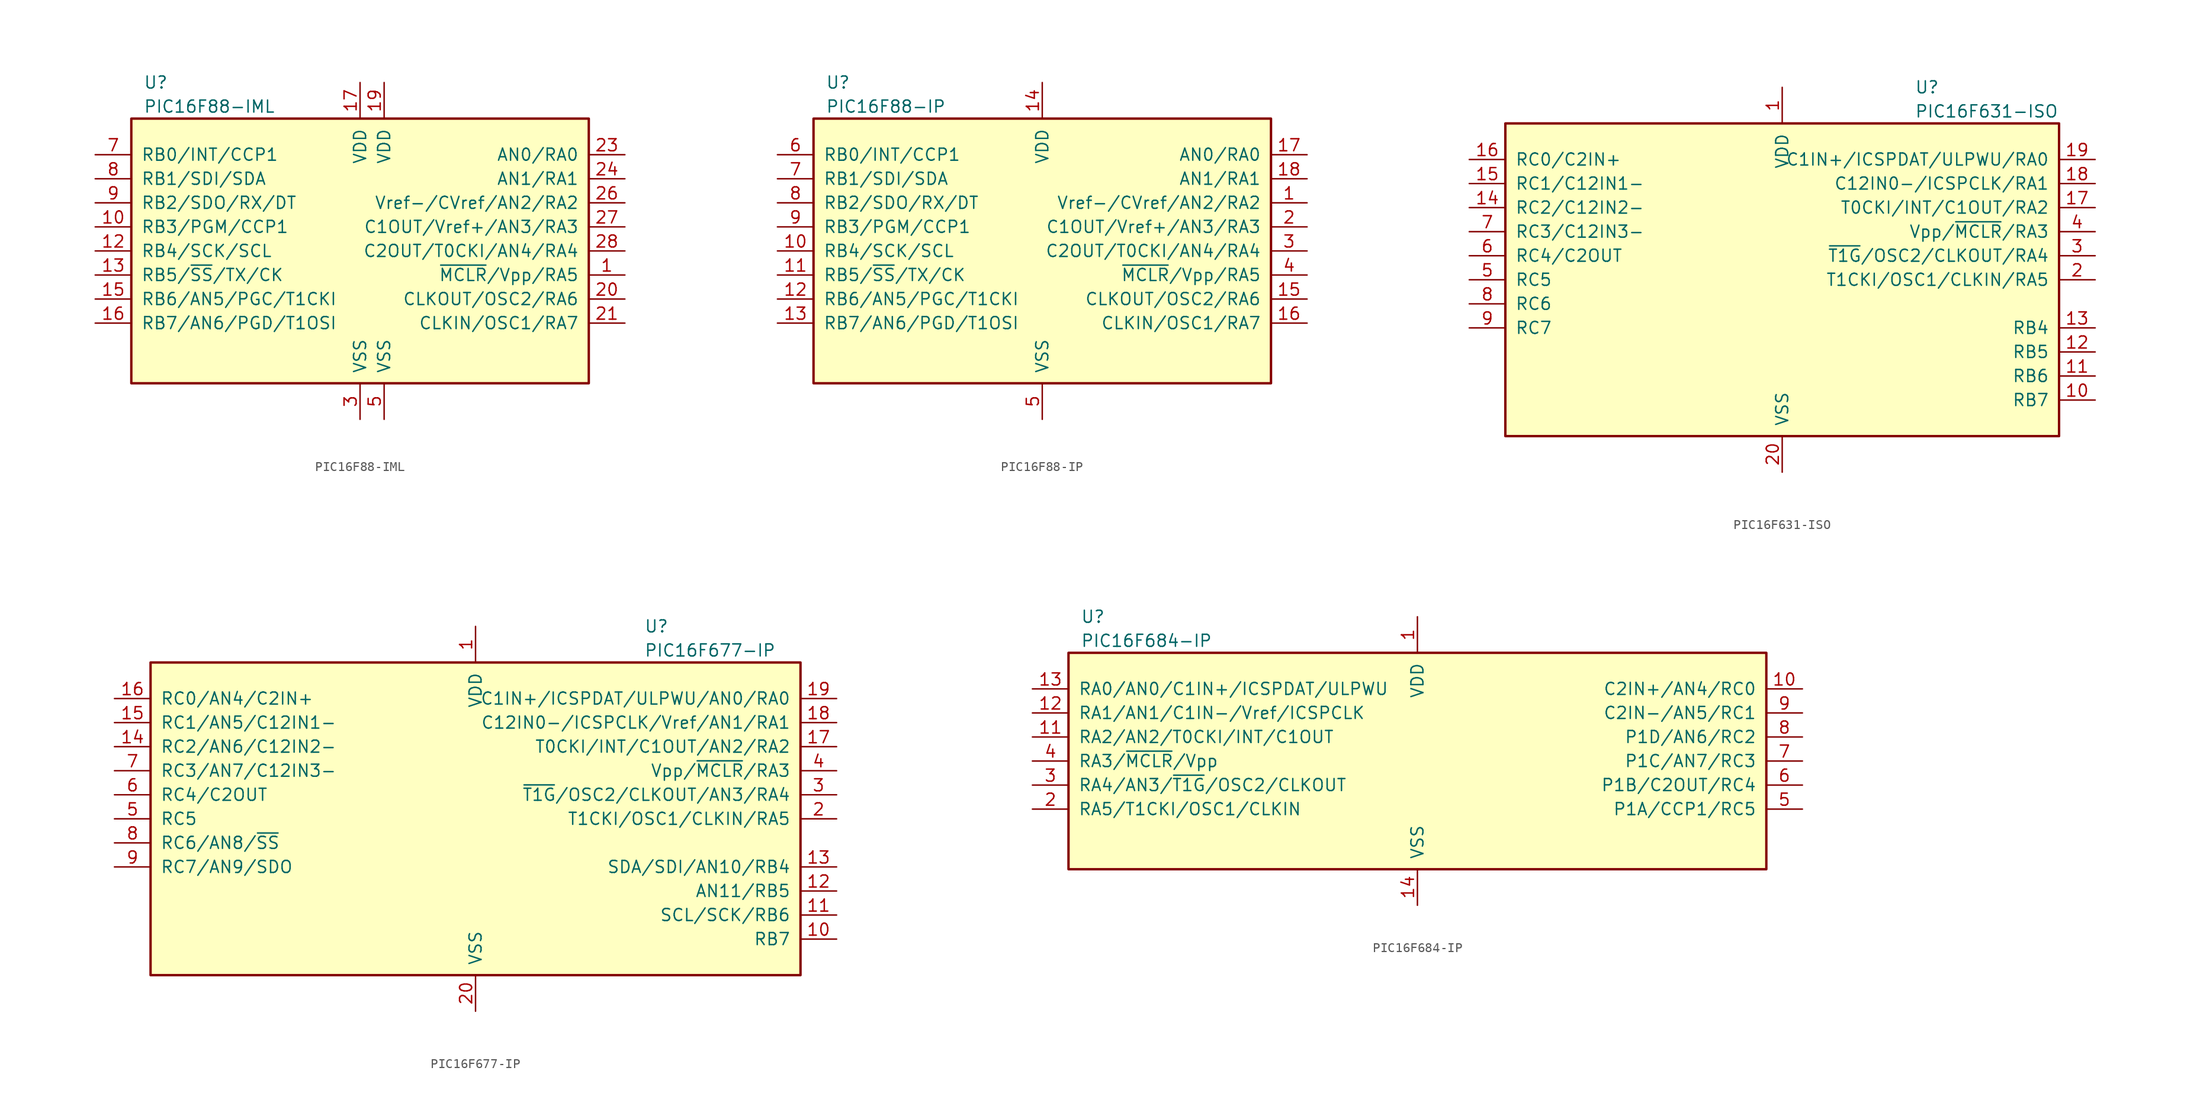
<source format=kicad_sym>
(kicad_symbol_lib
  (version 20220914)
  (generator kicad_symbol_editor)
  (symbol "PIC16F88-IML"
    (pin_names
      (offset 1.016))
    (property "Reference" "U"
      (at -22.86 17.78 0)
      (effects (font (size 1.27 1.27)) (justify left)))
    (property "Value" "PIC16F88-IML"
      (at -22.86 15.24 0)
      (effects (font (size 1.27 1.27)) (justify left)))
    (symbol "PIC16F88-IML_0_1"
      (rectangle (start 24.13 13.97) (end -24.13 -13.97) (stroke (width 0.254) (type default)) (fill (type background))))
    (symbol "PIC16F88-IML_1_1"
      (pin input line (at 27.94 -2.54 180) (length 3.81) (name "~{MCLR}/Vpp/RA5" (effects (font (size 1.27 1.27)))) (number "1" (effects (font (size 1.27 1.27)))))
      (pin bidirectional line (at -27.94 2.54 0) (length 3.81) (name "RB3/PGM/CCP1" (effects (font (size 1.27 1.27)))) (number "10" (effects (font (size 1.27 1.27)))))
      (pin bidirectional line (at -27.94 0 0) (length 3.81) (name "RB4/SCK/SCL" (effects (font (size 1.27 1.27)))) (number "12" (effects (font (size 1.27 1.27)))))
      (pin bidirectional line (at -27.94 -2.54 0) (length 3.81) (name "RB5/~{SS}/TX/CK" (effects (font (size 1.27 1.27)))) (number "13" (effects (font (size 1.27 1.27)))))
      (pin bidirectional line (at -27.94 -5.08 0) (length 3.81) (name "RB6/AN5/PGC/T1CKI" (effects (font (size 1.27 1.27)))) (number "15" (effects (font (size 1.27 1.27)))))
      (pin bidirectional line (at -27.94 -7.62 0) (length 3.81) (name "RB7/AN6/PGD/T1OSI" (effects (font (size 1.27 1.27)))) (number "16" (effects (font (size 1.27 1.27)))))
      (pin power_in line (at 0 17.78 270) (length 3.81) (name "VDD" (effects (font (size 1.27 1.27)))) (number "17" (effects (font (size 1.27 1.27)))))
      (pin power_in line (at 2.54 17.78 270) (length 3.81) (name "VDD" (effects (font (size 1.27 1.27)))) (number "19" (effects (font (size 1.27 1.27)))))
      (pin bidirectional line (at 27.94 -5.08 180) (length 3.81) (name "CLKOUT/OSC2/RA6" (effects (font (size 1.27 1.27)))) (number "20" (effects (font (size 1.27 1.27)))))
      (pin bidirectional line (at 27.94 -7.62 180) (length 3.81) (name "CLKIN/OSC1/RA7" (effects (font (size 1.27 1.27)))) (number "21" (effects (font (size 1.27 1.27)))))
      (pin bidirectional line (at 27.94 10.16 180) (length 3.81) (name "AN0/RA0" (effects (font (size 1.27 1.27)))) (number "23" (effects (font (size 1.27 1.27)))))
      (pin bidirectional line (at 27.94 7.62 180) (length 3.81) (name "AN1/RA1" (effects (font (size 1.27 1.27)))) (number "24" (effects (font (size 1.27 1.27)))))
      (pin bidirectional line (at 27.94 5.08 180) (length 3.81) (name "Vref-/CVref/AN2/RA2" (effects (font (size 1.27 1.27)))) (number "26" (effects (font (size 1.27 1.27)))))
      (pin bidirectional line (at 27.94 2.54 180) (length 3.81) (name "C1OUT/Vref+/AN3/RA3" (effects (font (size 1.27 1.27)))) (number "27" (effects (font (size 1.27 1.27)))))
      (pin bidirectional line (at 27.94 0 180) (length 3.81) (name "C2OUT/T0CKI/AN4/RA4" (effects (font (size 1.27 1.27)))) (number "28" (effects (font (size 1.27 1.27)))))
      (pin power_in line (at 0 -17.78 90) (length 3.81) (name "VSS" (effects (font (size 1.27 1.27)))) (number "3" (effects (font (size 1.27 1.27)))))
      (pin power_in line (at 2.54 -17.78 90) (length 3.81) (name "VSS" (effects (font (size 1.27 1.27)))) (number "5" (effects (font (size 1.27 1.27)))))
      (pin bidirectional line (at -27.94 10.16 0) (length 3.81) (name "RB0/INT/CCP1" (effects (font (size 1.27 1.27)))) (number "7" (effects (font (size 1.27 1.27)))))
      (pin bidirectional line (at -27.94 7.62 0) (length 3.81) (name "RB1/SDI/SDA" (effects (font (size 1.27 1.27)))) (number "8" (effects (font (size 1.27 1.27)))))
      (pin bidirectional line (at -27.94 5.08 0) (length 3.81) (name "RB2/SDO/RX/DT" (effects (font (size 1.27 1.27)))) (number "9" (effects (font (size 1.27 1.27)))))))
  (symbol "PIC16F88-IP"
    (pin_names
      (offset 1.016))
    (property "Reference" "U"
      (at -22.86 17.78 0)
      (effects (font (size 1.27 1.27)) (justify left)))
    (property "Value" "PIC16F88-IP"
      (at -22.86 15.24 0)
      (effects (font (size 1.27 1.27)) (justify left)))
    (symbol "PIC16F88-IP_0_1"
      (rectangle (start 24.13 13.97) (end -24.13 -13.97) (stroke (width 0.254) (type default)) (fill (type background))))
    (symbol "PIC16F88-IP_1_1"
      (pin bidirectional line (at 27.94 5.08 180) (length 3.81) (name "Vref-/CVref/AN2/RA2" (effects (font (size 1.27 1.27)))) (number "1" (effects (font (size 1.27 1.27)))))
      (pin bidirectional line (at -27.94 0 0) (length 3.81) (name "RB4/SCK/SCL" (effects (font (size 1.27 1.27)))) (number "10" (effects (font (size 1.27 1.27)))))
      (pin bidirectional line (at -27.94 -2.54 0) (length 3.81) (name "RB5/~{SS}/TX/CK" (effects (font (size 1.27 1.27)))) (number "11" (effects (font (size 1.27 1.27)))))
      (pin bidirectional line (at -27.94 -5.08 0) (length 3.81) (name "RB6/AN5/PGC/T1CKI" (effects (font (size 1.27 1.27)))) (number "12" (effects (font (size 1.27 1.27)))))
      (pin bidirectional line (at -27.94 -7.62 0) (length 3.81) (name "RB7/AN6/PGD/T1OSI" (effects (font (size 1.27 1.27)))) (number "13" (effects (font (size 1.27 1.27)))))
      (pin power_in line (at 0 17.78 270) (length 3.81) (name "VDD" (effects (font (size 1.27 1.27)))) (number "14" (effects (font (size 1.27 1.27)))))
      (pin bidirectional line (at 27.94 -5.08 180) (length 3.81) (name "CLKOUT/OSC2/RA6" (effects (font (size 1.27 1.27)))) (number "15" (effects (font (size 1.27 1.27)))))
      (pin bidirectional line (at 27.94 -7.62 180) (length 3.81) (name "CLKIN/OSC1/RA7" (effects (font (size 1.27 1.27)))) (number "16" (effects (font (size 1.27 1.27)))))
      (pin bidirectional line (at 27.94 10.16 180) (length 3.81) (name "AN0/RA0" (effects (font (size 1.27 1.27)))) (number "17" (effects (font (size 1.27 1.27)))))
      (pin bidirectional line (at 27.94 7.62 180) (length 3.81) (name "AN1/RA1" (effects (font (size 1.27 1.27)))) (number "18" (effects (font (size 1.27 1.27)))))
      (pin bidirectional line (at 27.94 2.54 180) (length 3.81) (name "C1OUT/Vref+/AN3/RA3" (effects (font (size 1.27 1.27)))) (number "2" (effects (font (size 1.27 1.27)))))
      (pin bidirectional line (at 27.94 0 180) (length 3.81) (name "C2OUT/T0CKI/AN4/RA4" (effects (font (size 1.27 1.27)))) (number "3" (effects (font (size 1.27 1.27)))))
      (pin input line (at 27.94 -2.54 180) (length 3.81) (name "~{MCLR}/Vpp/RA5" (effects (font (size 1.27 1.27)))) (number "4" (effects (font (size 1.27 1.27)))))
      (pin power_in line (at 0 -17.78 90) (length 3.81) (name "VSS" (effects (font (size 1.27 1.27)))) (number "5" (effects (font (size 1.27 1.27)))))
      (pin bidirectional line (at -27.94 10.16 0) (length 3.81) (name "RB0/INT/CCP1" (effects (font (size 1.27 1.27)))) (number "6" (effects (font (size 1.27 1.27)))))
      (pin bidirectional line (at -27.94 7.62 0) (length 3.81) (name "RB1/SDI/SDA" (effects (font (size 1.27 1.27)))) (number "7" (effects (font (size 1.27 1.27)))))
      (pin bidirectional line (at -27.94 5.08 0) (length 3.81) (name "RB2/SDO/RX/DT" (effects (font (size 1.27 1.27)))) (number "8" (effects (font (size 1.27 1.27)))))
      (pin bidirectional line (at -27.94 2.54 0) (length 3.81) (name "RB3/PGM/CCP1" (effects (font (size 1.27 1.27)))) (number "9" (effects (font (size 1.27 1.27)))))))
  (symbol "PIC16F631-ISO"
    (pin_names
      (offset 1.016))
    (property "Reference" "U"
      (at 13.97 20.32 0)
      (effects (font (size 1.27 1.27)) (justify left)))
    (property "Value" "PIC16F631-ISO"
      (at 13.97 17.78 0)
      (effects (font (size 1.27 1.27)) (justify left)))
    (symbol "PIC16F631-ISO_0_1"
      (rectangle (start -29.21 16.51) (end 29.21 -16.51) (stroke (width 0.254) (type default)) (fill (type background))))
    (symbol "PIC16F631-ISO_1_1"
      (pin power_in line (at 0 20.32 270) (length 3.81) (name "VDD" (effects (font (size 1.27 1.27)))) (number "1" (effects (font (size 1.27 1.27)))))
      (pin bidirectional line (at 33.02 -12.7 180) (length 3.81) (name "RB7" (effects (font (size 1.27 1.27)))) (number "10" (effects (font (size 1.27 1.27)))))
      (pin bidirectional line (at 33.02 -10.16 180) (length 3.81) (name "RB6" (effects (font (size 1.27 1.27)))) (number "11" (effects (font (size 1.27 1.27)))))
      (pin bidirectional line (at 33.02 -7.62 180) (length 3.81) (name "RB5" (effects (font (size 1.27 1.27)))) (number "12" (effects (font (size 1.27 1.27)))))
      (pin bidirectional line (at 33.02 -5.08 180) (length 3.81) (name "RB4" (effects (font (size 1.27 1.27)))) (number "13" (effects (font (size 1.27 1.27)))))
      (pin bidirectional line (at -33.02 7.62 0) (length 3.81) (name "RC2/C12IN2-" (effects (font (size 1.27 1.27)))) (number "14" (effects (font (size 1.27 1.27)))))
      (pin bidirectional line (at -33.02 10.16 0) (length 3.81) (name "RC1/C12IN1-" (effects (font (size 1.27 1.27)))) (number "15" (effects (font (size 1.27 1.27)))))
      (pin bidirectional line (at -33.02 12.7 0) (length 3.81) (name "RC0/C2IN+" (effects (font (size 1.27 1.27)))) (number "16" (effects (font (size 1.27 1.27)))))
      (pin bidirectional line (at 33.02 7.62 180) (length 3.81) (name "T0CKI/INT/C1OUT/RA2" (effects (font (size 1.27 1.27)))) (number "17" (effects (font (size 1.27 1.27)))))
      (pin bidirectional line (at 33.02 10.16 180) (length 3.81) (name "C12IN0-/ICSPCLK/RA1" (effects (font (size 1.27 1.27)))) (number "18" (effects (font (size 1.27 1.27)))))
      (pin bidirectional line (at 33.02 12.7 180) (length 3.81) (name "C1IN+/ICSPDAT/ULPWU/RA0" (effects (font (size 1.27 1.27)))) (number "19" (effects (font (size 1.27 1.27)))))
      (pin bidirectional line (at 33.02 0 180) (length 3.81) (name "T1CKI/OSC1/CLKIN/RA5" (effects (font (size 1.27 1.27)))) (number "2" (effects (font (size 1.27 1.27)))))
      (pin power_in line (at 0 -20.32 90) (length 3.81) (name "VSS" (effects (font (size 1.27 1.27)))) (number "20" (effects (font (size 1.27 1.27)))))
      (pin bidirectional line (at 33.02 2.54 180) (length 3.81) (name "~{T1G}/OSC2/CLKOUT/RA4" (effects (font (size 1.27 1.27)))) (number "3" (effects (font (size 1.27 1.27)))))
      (pin input line (at 33.02 5.08 180) (length 3.81) (name "Vpp/~{MCLR}/RA3" (effects (font (size 1.27 1.27)))) (number "4" (effects (font (size 1.27 1.27)))))
      (pin bidirectional line (at -33.02 0 0) (length 3.81) (name "RC5" (effects (font (size 1.27 1.27)))) (number "5" (effects (font (size 1.27 1.27)))))
      (pin bidirectional line (at -33.02 2.54 0) (length 3.81) (name "RC4/C2OUT" (effects (font (size 1.27 1.27)))) (number "6" (effects (font (size 1.27 1.27)))))
      (pin bidirectional line (at -33.02 5.08 0) (length 3.81) (name "RC3/C12IN3-" (effects (font (size 1.27 1.27)))) (number "7" (effects (font (size 1.27 1.27)))))
      (pin bidirectional line (at -33.02 -2.54 0) (length 3.81) (name "RC6" (effects (font (size 1.27 1.27)))) (number "8" (effects (font (size 1.27 1.27)))))
      (pin bidirectional line (at -33.02 -5.08 0) (length 3.81) (name "RC7" (effects (font (size 1.27 1.27)))) (number "9" (effects (font (size 1.27 1.27)))))))
  (symbol "PIC16F677-IP"
    (pin_names
      (offset 1.016))
    (property "Reference" "U"
      (at 17.78 20.32 0)
      (effects (font (size 1.27 1.27)) (justify left)))
    (property "Value" "PIC16F677-IP"
      (at 17.78 17.78 0)
      (effects (font (size 1.27 1.27)) (justify left)))
    (symbol "PIC16F677-IP_0_1"
      (rectangle (start -34.29 16.51) (end 34.29 -16.51) (stroke (width 0.254) (type default)) (fill (type background))))
    (symbol "PIC16F677-IP_1_1"
      (pin power_in line (at 0 20.32 270) (length 3.81) (name "VDD" (effects (font (size 1.27 1.27)))) (number "1" (effects (font (size 1.27 1.27)))))
      (pin bidirectional line (at 38.1 -12.7 180) (length 3.81) (name "RB7" (effects (font (size 1.27 1.27)))) (number "10" (effects (font (size 1.27 1.27)))))
      (pin bidirectional line (at 38.1 -10.16 180) (length 3.81) (name "SCL/SCK/RB6" (effects (font (size 1.27 1.27)))) (number "11" (effects (font (size 1.27 1.27)))))
      (pin bidirectional line (at 38.1 -7.62 180) (length 3.81) (name "AN11/RB5" (effects (font (size 1.27 1.27)))) (number "12" (effects (font (size 1.27 1.27)))))
      (pin bidirectional line (at 38.1 -5.08 180) (length 3.81) (name "SDA/SDI/AN10/RB4" (effects (font (size 1.27 1.27)))) (number "13" (effects (font (size 1.27 1.27)))))
      (pin bidirectional line (at -38.1 7.62 0) (length 3.81) (name "RC2/AN6/C12IN2-" (effects (font (size 1.27 1.27)))) (number "14" (effects (font (size 1.27 1.27)))))
      (pin bidirectional line (at -38.1 10.16 0) (length 3.81) (name "RC1/AN5/C12IN1-" (effects (font (size 1.27 1.27)))) (number "15" (effects (font (size 1.27 1.27)))))
      (pin bidirectional line (at -38.1 12.7 0) (length 3.81) (name "RC0/AN4/C2IN+" (effects (font (size 1.27 1.27)))) (number "16" (effects (font (size 1.27 1.27)))))
      (pin bidirectional line (at 38.1 7.62 180) (length 3.81) (name "T0CKI/INT/C1OUT/AN2/RA2" (effects (font (size 1.27 1.27)))) (number "17" (effects (font (size 1.27 1.27)))))
      (pin bidirectional line (at 38.1 10.16 180) (length 3.81) (name "C12IN0-/ICSPCLK/Vref/AN1/RA1" (effects (font (size 1.27 1.27)))) (number "18" (effects (font (size 1.27 1.27)))))
      (pin bidirectional line (at 38.1 12.7 180) (length 3.81) (name "C1IN+/ICSPDAT/ULPWU/AN0/RA0" (effects (font (size 1.27 1.27)))) (number "19" (effects (font (size 1.27 1.27)))))
      (pin bidirectional line (at 38.1 0 180) (length 3.81) (name "T1CKI/OSC1/CLKIN/RA5" (effects (font (size 1.27 1.27)))) (number "2" (effects (font (size 1.27 1.27)))))
      (pin power_in line (at 0 -20.32 90) (length 3.81) (name "VSS" (effects (font (size 1.27 1.27)))) (number "20" (effects (font (size 1.27 1.27)))))
      (pin bidirectional line (at 38.1 2.54 180) (length 3.81) (name "~{T1G}/OSC2/CLKOUT/AN3/RA4" (effects (font (size 1.27 1.27)))) (number "3" (effects (font (size 1.27 1.27)))))
      (pin input line (at 38.1 5.08 180) (length 3.81) (name "Vpp/~{MCLR}/RA3" (effects (font (size 1.27 1.27)))) (number "4" (effects (font (size 1.27 1.27)))))
      (pin bidirectional line (at -38.1 0 0) (length 3.81) (name "RC5" (effects (font (size 1.27 1.27)))) (number "5" (effects (font (size 1.27 1.27)))))
      (pin bidirectional line (at -38.1 2.54 0) (length 3.81) (name "RC4/C2OUT" (effects (font (size 1.27 1.27)))) (number "6" (effects (font (size 1.27 1.27)))))
      (pin bidirectional line (at -38.1 5.08 0) (length 3.81) (name "RC3/AN7/C12IN3-" (effects (font (size 1.27 1.27)))) (number "7" (effects (font (size 1.27 1.27)))))
      (pin bidirectional line (at -38.1 -2.54 0) (length 3.81) (name "RC6/AN8/~{SS}" (effects (font (size 1.27 1.27)))) (number "8" (effects (font (size 1.27 1.27)))))
      (pin bidirectional line (at -38.1 -5.08 0) (length 3.81) (name "RC7/AN9/SDO" (effects (font (size 1.27 1.27)))) (number "9" (effects (font (size 1.27 1.27)))))))
  (symbol "PIC16F684-IP"
    (pin_names
      (offset 1.016))
    (property "Reference" "U"
      (at -35.56 15.24 0)
      (effects (font (size 1.27 1.27)) (justify left)))
    (property "Value" "PIC16F684-IP"
      (at -35.56 12.7 0)
      (effects (font (size 1.27 1.27)) (justify left)))
    (symbol "PIC16F684-IP_0_1"
      (rectangle (start -36.83 11.43) (end 36.83 -11.43) (stroke (width 0.254) (type default)) (fill (type background))))
    (symbol "PIC16F684-IP_1_1"
      (pin power_in line (at 0 15.24 270) (length 3.81) (name "VDD" (effects (font (size 1.27 1.27)))) (number "1" (effects (font (size 1.27 1.27)))))
      (pin bidirectional line (at 40.64 7.62 180) (length 3.81) (name "C2IN+/AN4/RC0" (effects (font (size 1.27 1.27)))) (number "10" (effects (font (size 1.27 1.27)))))
      (pin bidirectional line (at -40.64 2.54 0) (length 3.81) (name "RA2/AN2/T0CKI/INT/C1OUT" (effects (font (size 1.27 1.27)))) (number "11" (effects (font (size 1.27 1.27)))))
      (pin bidirectional line (at -40.64 5.08 0) (length 3.81) (name "RA1/AN1/C1IN-/Vref/ICSPCLK" (effects (font (size 1.27 1.27)))) (number "12" (effects (font (size 1.27 1.27)))))
      (pin bidirectional line (at -40.64 7.62 0) (length 3.81) (name "RA0/AN0/C1IN+/ICSPDAT/ULPWU" (effects (font (size 1.27 1.27)))) (number "13" (effects (font (size 1.27 1.27)))))
      (pin power_in line (at 0 -15.24 90) (length 3.81) (name "VSS" (effects (font (size 1.27 1.27)))) (number "14" (effects (font (size 1.27 1.27)))))
      (pin bidirectional line (at -40.64 -5.08 0) (length 3.81) (name "RA5/T1CKI/OSC1/CLKIN" (effects (font (size 1.27 1.27)))) (number "2" (effects (font (size 1.27 1.27)))))
      (pin bidirectional line (at -40.64 -2.54 0) (length 3.81) (name "RA4/AN3/~{T1G}/OSC2/CLKOUT" (effects (font (size 1.27 1.27)))) (number "3" (effects (font (size 1.27 1.27)))))
      (pin input line (at -40.64 0 0) (length 3.81) (name "RA3/~{MCLR}/Vpp" (effects (font (size 1.27 1.27)))) (number "4" (effects (font (size 1.27 1.27)))))
      (pin bidirectional line (at 40.64 -5.08 180) (length 3.81) (name "P1A/CCP1/RC5" (effects (font (size 1.27 1.27)))) (number "5" (effects (font (size 1.27 1.27)))))
      (pin bidirectional line (at 40.64 -2.54 180) (length 3.81) (name "P1B/C2OUT/RC4" (effects (font (size 1.27 1.27)))) (number "6" (effects (font (size 1.27 1.27)))))
      (pin bidirectional line (at 40.64 0 180) (length 3.81) (name "P1C/AN7/RC3" (effects (font (size 1.27 1.27)))) (number "7" (effects (font (size 1.27 1.27)))))
      (pin bidirectional line (at 40.64 2.54 180) (length 3.81) (name "P1D/AN6/RC2" (effects (font (size 1.27 1.27)))) (number "8" (effects (font (size 1.27 1.27)))))
      (pin bidirectional line (at 40.64 5.08 180) (length 3.81) (name "C2IN-/AN5/RC1" (effects (font (size 1.27 1.27)))) (number "9" (effects (font (size 1.27 1.27))))))))
</source>
